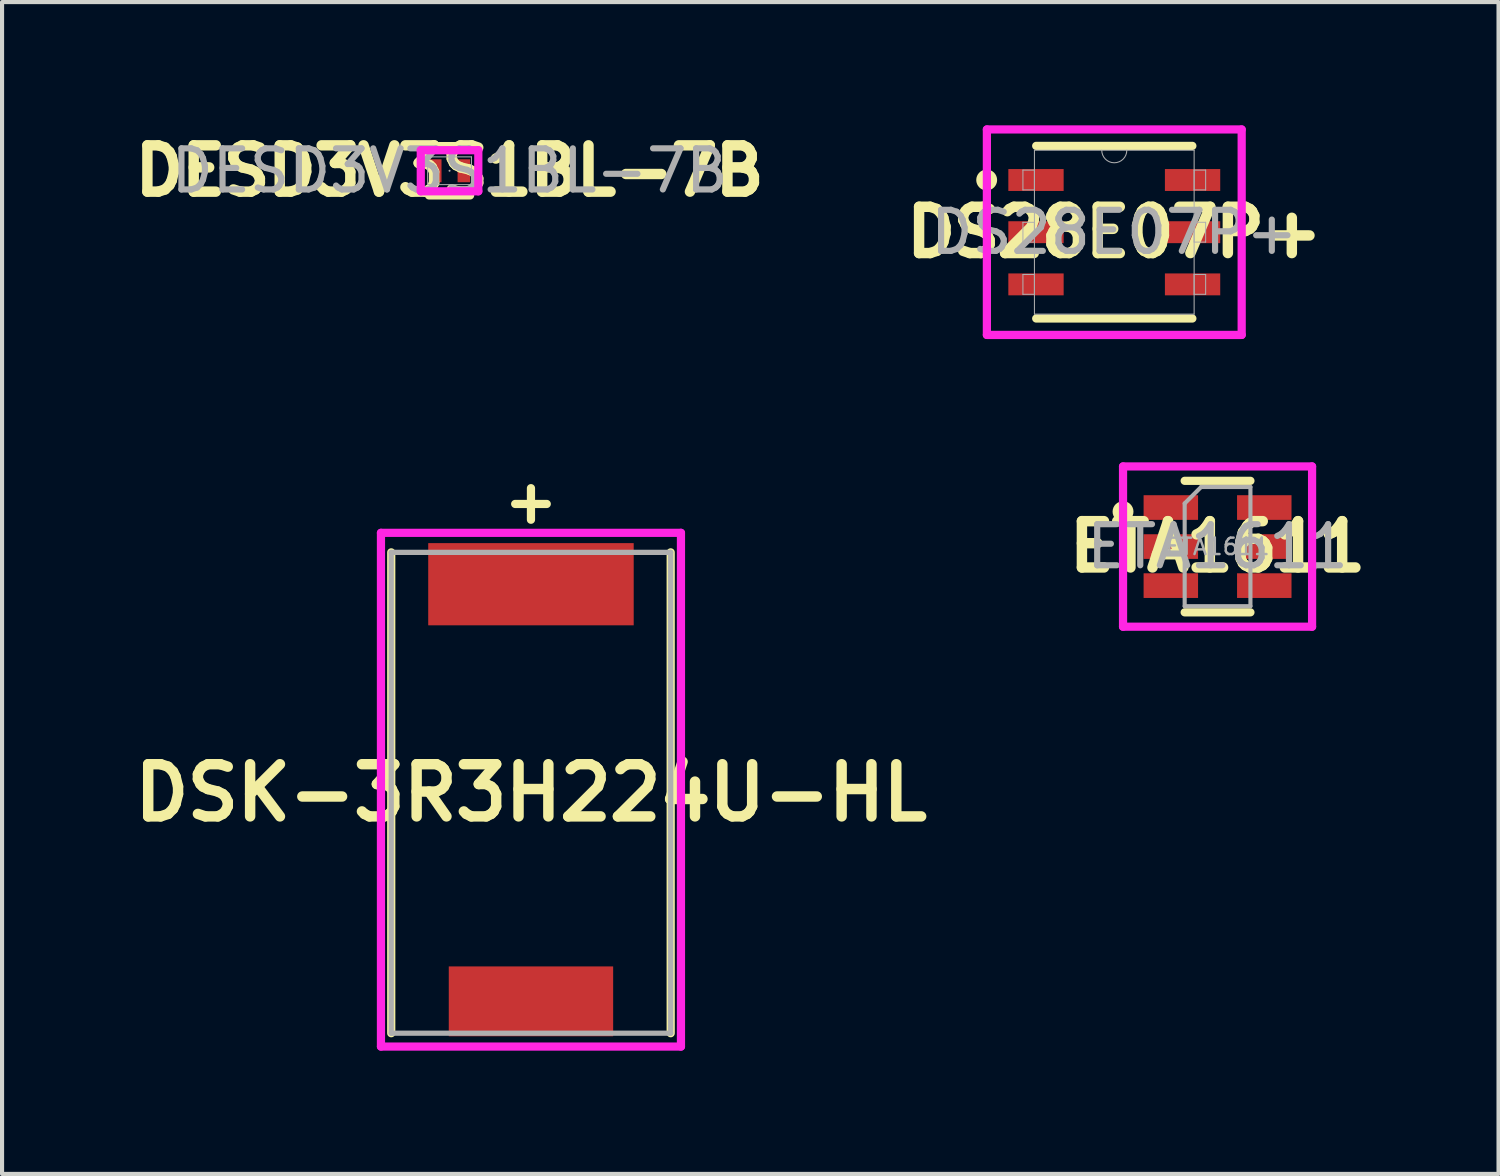
<source format=kicad_pcb>
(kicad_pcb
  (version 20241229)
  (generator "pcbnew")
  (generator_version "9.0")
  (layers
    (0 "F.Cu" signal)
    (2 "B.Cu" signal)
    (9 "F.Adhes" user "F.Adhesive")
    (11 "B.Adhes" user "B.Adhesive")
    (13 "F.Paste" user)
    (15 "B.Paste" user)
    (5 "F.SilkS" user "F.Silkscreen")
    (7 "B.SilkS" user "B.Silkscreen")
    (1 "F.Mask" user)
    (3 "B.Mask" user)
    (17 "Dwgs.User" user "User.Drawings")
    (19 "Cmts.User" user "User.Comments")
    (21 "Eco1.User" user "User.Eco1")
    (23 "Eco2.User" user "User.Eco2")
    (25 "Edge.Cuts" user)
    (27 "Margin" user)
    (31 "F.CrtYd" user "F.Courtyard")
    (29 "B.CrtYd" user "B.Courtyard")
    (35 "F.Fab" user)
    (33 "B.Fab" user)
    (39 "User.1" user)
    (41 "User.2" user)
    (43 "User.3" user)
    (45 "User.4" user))
  (footprint "DS28E07P+"
    (layer "F.Cu")
    (at 24.064 2.6)
    (property "Reference" "DS28E07P+" (at 0 0 0) (unlocked yes) (layer "F.SilkS") (effects (font (size 1.127 1.127) (thickness 0.254) (bold yes))))
    (attr smd)
    (fp_line (start -1.9 -2.1) (end 1.9 -2.1) (stroke (width 0.2) (type default)) (layer "F.SilkS"))
    (fp_line (start -1.9 2.1) (end 1.9 2.1) (stroke (width 0.2) (type default)) (layer "F.SilkS"))
    (fp_circle (center -3.105 -1.27) (end -2.978 -1.27) (stroke (width 0.254) (type default)) (fill no) (layer "F.SilkS"))
    (fp_line (start -3.1 -2.5) (end 3.1 -2.5) (stroke (width 0.2) (type default)) (layer "F.CrtYd"))
    (fp_line (start -3.1 2.5) (end -3.1 -2.5) (stroke (width 0.2) (type default)) (layer "F.CrtYd"))
    (fp_line (start 3.1 -2.5) (end 3.1 2.5) (stroke (width 0.2) (type default)) (layer "F.CrtYd"))
    (fp_line (start 3.1 2.5) (end -3.1 2.5) (stroke (width 0.2) (type default)) (layer "F.CrtYd"))
    (fp_line (start -2.223 -1.511) (end -2.223 -1.029) (stroke (width 0.025) (type solid)) (layer "F.Fab"))
    (fp_line (start -2.223 -1.029) (end -1.943 -1.029) (stroke (width 0.025) (type solid)) (layer "F.Fab"))
    (fp_line (start -2.223 -0.241) (end -2.223 0.241) (stroke (width 0.025) (type solid)) (layer "F.Fab"))
    (fp_line (start -2.223 0.241) (end -1.943 0.241) (stroke (width 0.025) (type solid)) (layer "F.Fab"))
    (fp_line (start -2.223 1.029) (end -2.223 1.511) (stroke (width 0.025) (type solid)) (layer "F.Fab"))
    (fp_line (start -2.223 1.511) (end -1.943 1.511) (stroke (width 0.025) (type solid)) (layer "F.Fab"))
    (fp_line (start -1.943 -1.994) (end -1.943 1.994) (stroke (width 0.025) (type solid)) (layer "F.Fab"))
    (fp_line (start -1.943 -1.511) (end -2.223 -1.511) (stroke (width 0.025) (type solid)) (layer "F.Fab"))
    (fp_line (start -1.943 -1.029) (end -1.943 -1.511) (stroke (width 0.025) (type solid)) (layer "F.Fab"))
    (fp_line (start -1.943 -0.241) (end -2.223 -0.241) (stroke (width 0.025) (type solid)) (layer "F.Fab"))
    (fp_line (start -1.943 0.241) (end -1.943 -0.241) (stroke (width 0.025) (type solid)) (layer "F.Fab"))
    (fp_line (start -1.943 1.029) (end -2.223 1.029) (stroke (width 0.025) (type solid)) (layer "F.Fab"))
    (fp_line (start -1.943 1.511) (end -1.943 1.029) (stroke (width 0.025) (type solid)) (layer "F.Fab"))
    (fp_line (start -1.943 1.994) (end 1.943 1.994) (stroke (width 0.025) (type solid)) (layer "F.Fab"))
    (fp_line (start 1.943 -1.994) (end -1.943 -1.994) (stroke (width 0.025) (type solid)) (layer "F.Fab"))
    (fp_line (start 1.943 -1.511) (end 1.943 -1.029) (stroke (width 0.025) (type solid)) (layer "F.Fab"))
    (fp_line (start 1.943 -1.029) (end 2.223 -1.029) (stroke (width 0.025) (type solid)) (layer "F.Fab"))
    (fp_line (start 1.943 -0.241) (end 1.943 0.241) (stroke (width 0.025) (type solid)) (layer "F.Fab"))
    (fp_line (start 1.943 0.241) (end 2.223 0.241) (stroke (width 0.025) (type solid)) (layer "F.Fab"))
    (fp_line (start 1.943 1.029) (end 1.943 1.511) (stroke (width 0.025) (type solid)) (layer "F.Fab"))
    (fp_line (start 1.943 1.511) (end 2.223 1.511) (stroke (width 0.025) (type solid)) (layer "F.Fab"))
    (fp_line (start 1.943 1.994) (end 1.943 -1.994) (stroke (width 0.025) (type solid)) (layer "F.Fab"))
    (fp_line (start 2.223 -1.511) (end 1.943 -1.511) (stroke (width 0.025) (type solid)) (layer "F.Fab"))
    (fp_line (start 2.223 -1.029) (end 2.223 -1.511) (stroke (width 0.025) (type solid)) (layer "F.Fab"))
    (fp_line (start 2.223 -0.241) (end 1.943 -0.241) (stroke (width 0.025) (type solid)) (layer "F.Fab"))
    (fp_line (start 2.223 0.241) (end 2.223 -0.241) (stroke (width 0.025) (type solid)) (layer "F.Fab"))
    (fp_line (start 2.223 1.029) (end 1.943 1.029) (stroke (width 0.025) (type solid)) (layer "F.Fab"))
    (fp_line (start 2.223 1.511) (end 2.223 1.029) (stroke (width 0.025) (type solid)) (layer "F.Fab"))
    (fp_arc (start 0.3048 -1.9939) (mid 0 -1.6891) (end -0.3048 -1.9939) (stroke (width 0.0254) (type solid)) (layer "F.Fab"))
    (fp_text user "${REFERENCE}" (at 0 0 0) (unlocked yes) (layer "F.Fab") (effects (font (size 1 1) (thickness 0.15))))
    (pad "1" smd rect (at -1.905 -1.27) (size 1.346 0.533) (layers "F.Cu" "F.Mask" "F.Paste"))
    (pad "2" smd rect (at -1.905 0) (size 1.346 0.533) (layers "F.Cu" "F.Mask" "F.Paste"))
    (pad "3" smd rect (at -1.905 1.27) (size 1.346 0.533) (layers "F.Cu" "F.Mask" "F.Paste"))
    (pad "4" smd rect (at 1.905 1.27) (size 1.346 0.533) (layers "F.Cu" "F.Mask" "F.Paste"))
    (pad "5" smd rect (at 1.905 0) (size 1.346 0.533) (layers "F.Cu" "F.Mask" "F.Paste"))
    (pad "6" smd rect (at 1.905 -1.27) (size 1.346 0.533) (layers "F.Cu" "F.Mask" "F.Paste")))
  (footprint "DSK-3R3H224U-HL"
    (layer "F.Cu")
    (at 9.87 16.241)
    (property "Reference" "DSK-3R3H224U-HL" (at 0 0 0) (layer "F.SilkS") (effects (font (size 1.27 1.27) (thickness 0.254) (bold yes))))
    (attr smd)
    (fp_line (start -3.4 -5.85) (end -3.4 5.85) (stroke (width 0.2) (type solid)) (layer "F.SilkS"))
    (fp_line (start 3.4 5.85) (end 3.4 -5.85) (stroke (width 0.2) (type solid)) (layer "F.SilkS"))
    (fp_line (start -3.65 -6.325) (end -3.65 6.175) (stroke (width 0.2) (type solid)) (layer "F.CrtYd"))
    (fp_line (start -3.65 6.175) (end 3.65 6.175) (stroke (width 0.2) (type solid)) (layer "F.CrtYd"))
    (fp_line (start 3.65 -6.325) (end -3.65 -6.325) (stroke (width 0.2) (type solid)) (layer "F.CrtYd"))
    (fp_line (start 3.65 6.175) (end 3.65 -6.325) (stroke (width 0.2) (type solid)) (layer "F.CrtYd"))
    (fp_line (start -3.4 -5.85) (end 3.4 -5.85) (stroke (width 0.127) (type solid)) (layer "F.Fab"))
    (fp_line (start -3.4 5.85) (end -3.4 -5.85) (stroke (width 0.127) (type solid)) (layer "F.Fab"))
    (fp_line (start 3.4 -5.85) (end 3.4 5.85) (stroke (width 0.127) (type solid)) (layer "F.Fab"))
    (fp_line (start 3.4 5.85) (end -3.4 5.85) (stroke (width 0.127) (type solid)) (layer "F.Fab"))
    (fp_text user "+" (at 0 -7.1 0) (layer "F.SilkS") (effects (font (size 1.008 1.008) (thickness 0.2))))
    (pad "1" smd rect (at 0 -5.075) (size 5 2) (layers "F.Cu" "F.Mask" "F.Paste"))
    (pad "2" smd rect (at 0 5.075) (size 4 1.7) (layers "F.Cu" "F.Mask" "F.Paste")))
  (footprint "ETA1611"
    (layer "F.Cu")
    (at 26.577 10.25)
    (property "Reference" "ETA1611" (at 0 0 0) (unlocked yes) (layer "F.SilkS") (effects (font (size 1.127 1.127) (thickness 0.254) (bold yes))))
    (attr smd)
    (fp_line (start 0.8 -1.6) (end -0.8 -1.6) (stroke (width 0.2) (type solid)) (layer "F.SilkS"))
    (fp_line (start 0.8 1.6) (end -0.8 1.6) (stroke (width 0.2) (type solid)) (layer "F.SilkS"))
    (fp_circle (center -2.3 -0.85) (end -2.173 -0.85) (stroke (width 0.254) (type default)) (fill no) (layer "F.SilkS"))
    (fp_line (start -2.3 -1.95) (end -2.3 1.95) (stroke (width 0.2) (type solid)) (layer "F.CrtYd"))
    (fp_line (start -2.3 1.95) (end 2.3 1.95) (stroke (width 0.2) (type solid)) (layer "F.CrtYd"))
    (fp_line (start 2.3 -1.95) (end -2.3 -1.95) (stroke (width 0.2) (type solid)) (layer "F.CrtYd"))
    (fp_line (start 2.3 1.95) (end 2.3 -1.95) (stroke (width 0.2) (type solid)) (layer "F.CrtYd"))
    (fp_line (start -0.8 -1.05) (end -0.4 -1.45) (stroke (width 0.1) (type solid)) (layer "F.Fab"))
    (fp_line (start -0.8 1.45) (end -0.8 -1.05) (stroke (width 0.1) (type solid)) (layer "F.Fab"))
    (fp_line (start -0.4 -1.45) (end 0.8 -1.45) (stroke (width 0.1) (type solid)) (layer "F.Fab"))
    (fp_line (start 0.8 -1.45) (end 0.8 1.45) (stroke (width 0.1) (type solid)) (layer "F.Fab"))
    (fp_line (start 0.8 1.45) (end -0.8 1.45) (stroke (width 0.1) (type solid)) (layer "F.Fab"))
    (fp_text user "${REFERENCE}" (at 0 0 0) (layer "F.Fab") (effects (font (size 0.4 0.4) (thickness 0.06))))
    (fp_text user "${REFERENCE}" (at 0 0 0) (unlocked yes) (layer "F.Fab") (effects (font (size 1 1) (thickness 0.15))))
    (pad "1" smd rect (at -1.137 -0.95) (size 1.325 0.6) (layers "F.Cu" "F.Mask" "F.Paste"))
    (pad "2" smd rect (at -1.137 0) (size 1.325 0.6) (layers "F.Cu" "F.Mask" "F.Paste"))
    (pad "3" smd rect (at -1.137 0.95) (size 1.325 0.6) (layers "F.Cu" "F.Mask" "F.Paste"))
    (pad "4" smd rect (at 1.137 0.95) (size 1.325 0.6) (layers "F.Cu" "F.Mask" "F.Paste"))
    (pad "5" smd rect (at 1.137 0) (size 1.325 0.6) (layers "F.Cu" "F.Mask" "F.Paste"))
    (pad "6" smd rect (at 1.137 -0.95) (size 1.325 0.6) (layers "F.Cu" "F.Mask" "F.Paste")))
  (footprint "DESD3V3S1BL-7B"
    (layer "F.Cu")
    (at 7.889 1.105)
    (property "Reference" "DESD3V3S1BL-7B" (at 0 0 0) (unlocked yes) (layer "F.SilkS") (effects (font (size 1.127 1.127) (thickness 0.254) (bold yes))))
    (attr smd)
    (fp_line (start -0.5 -0.6) (end 0.5 -0.6) (stroke (width 0.2) (type default)) (layer "F.SilkS"))
    (fp_line (start -0.5 0.6) (end 0.5 0.6) (stroke (width 0.2) (type default)) (layer "F.SilkS"))
    (fp_line (start -0.7 -0.5) (end 0.7 -0.5) (stroke (width 0.2) (type solid)) (layer "F.CrtYd"))
    (fp_line (start -0.7 0.5) (end -0.7 -0.5) (stroke (width 0.2) (type solid)) (layer "F.CrtYd"))
    (fp_line (start 0.7 -0.5) (end 0.7 0.5) (stroke (width 0.2) (type solid)) (layer "F.CrtYd"))
    (fp_line (start 0.7 0.5) (end -0.7 0.5) (stroke (width 0.2) (type solid)) (layer "F.CrtYd"))
    (fp_line (start -0.533 -0.338) (end -0.533 0.338) (stroke (width 0.025) (type solid)) (layer "F.Fab"))
    (fp_line (start -0.533 0.338) (end 0.533 0.338) (stroke (width 0.025) (type solid)) (layer "F.Fab"))
    (fp_line (start 0.533 -0.338) (end -0.533 -0.338) (stroke (width 0.025) (type solid)) (layer "F.Fab"))
    (fp_line (start 0.533 0.338) (end 0.533 -0.338) (stroke (width 0.025) (type solid)) (layer "F.Fab"))
    (fp_circle (center 0 0) (end 0 0) (stroke (width 0.025) (type solid)) (fill no) (layer "F.Fab"))
    (fp_text user "${REFERENCE}" (at 0 0 0) (unlocked yes) (layer "F.Fab") (effects (font (size 1 1) (thickness 0.15))))
    (pad "1" smd rect (at -0.348 0) (size 0.305 0.559) (layers "F.Cu" "F.Mask" "F.Paste"))
    (pad "2" smd rect (at 0.348 0) (size 0.305 0.559) (layers "F.Cu" "F.Mask" "F.Paste")))
  (gr_rect
    (start -3 -3)
    (end 33.414 25.516)
    (stroke (width 0.1) (type default))
    (fill no)
    (layer "Edge.Cuts")))
</source>
